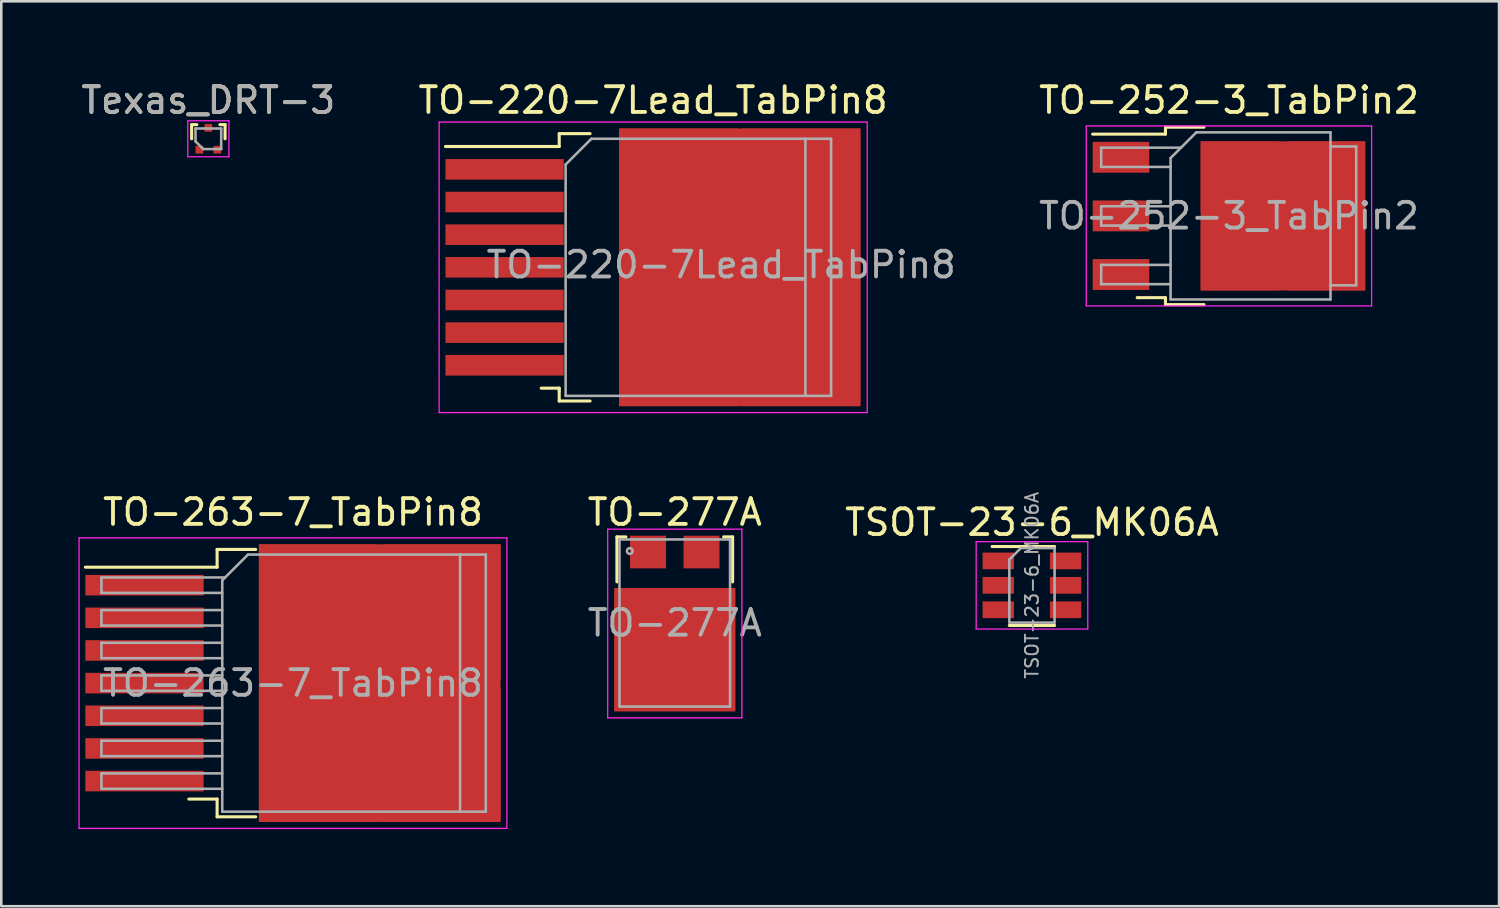
<source format=kicad_pcb>
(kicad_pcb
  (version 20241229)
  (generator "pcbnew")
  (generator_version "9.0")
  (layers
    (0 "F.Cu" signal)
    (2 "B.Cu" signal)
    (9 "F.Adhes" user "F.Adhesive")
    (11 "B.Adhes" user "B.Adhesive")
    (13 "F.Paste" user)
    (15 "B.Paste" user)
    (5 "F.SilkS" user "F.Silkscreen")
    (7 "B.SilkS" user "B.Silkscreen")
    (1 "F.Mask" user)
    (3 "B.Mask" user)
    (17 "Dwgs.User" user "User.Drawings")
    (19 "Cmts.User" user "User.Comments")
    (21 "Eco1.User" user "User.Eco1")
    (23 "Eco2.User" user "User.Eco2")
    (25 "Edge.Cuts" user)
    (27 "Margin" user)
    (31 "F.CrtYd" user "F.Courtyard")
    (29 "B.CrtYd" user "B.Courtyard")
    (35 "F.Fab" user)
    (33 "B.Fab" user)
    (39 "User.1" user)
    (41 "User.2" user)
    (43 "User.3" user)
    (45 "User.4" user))
  (footprint "TO-263-7_TabPin8"
    (layer "F.Cu")
    (at 8.345 23.521)
    (property "Reference" "TO-263-7_TabPin8" (at 0 -6.65 0) (layer "F.SilkS") (effects (font (size 1 1) (thickness 0.15))))
    (attr smd)
    (fp_line (start -2.95 -5.2) (end -2.95 -4.51) (stroke (width 0.12) (type solid)) (layer "F.SilkS"))
    (fp_line (start -2.95 -4.51) (end -8.075 -4.51) (stroke (width 0.12) (type solid)) (layer "F.SilkS"))
    (fp_line (start -2.95 4.51) (end -4.05 4.51) (stroke (width 0.12) (type solid)) (layer "F.SilkS"))
    (fp_line (start -2.95 5.2) (end -2.95 4.51) (stroke (width 0.12) (type solid)) (layer "F.SilkS"))
    (fp_line (start -1.45 -5.2) (end -2.95 -5.2) (stroke (width 0.12) (type solid)) (layer "F.SilkS"))
    (fp_line (start -1.45 5.2) (end -2.95 5.2) (stroke (width 0.12) (type solid)) (layer "F.SilkS"))
    (fp_line (start -8.32 -5.65) (end -8.32 5.65) (stroke (width 0.05) (type solid)) (layer "F.CrtYd"))
    (fp_line (start -8.32 5.65) (end 8.32 5.65) (stroke (width 0.05) (type solid)) (layer "F.CrtYd"))
    (fp_line (start 8.32 -5.65) (end -8.32 -5.65) (stroke (width 0.05) (type solid)) (layer "F.CrtYd"))
    (fp_line (start 8.32 5.65) (end 8.32 -5.65) (stroke (width 0.05) (type solid)) (layer "F.CrtYd"))
    (fp_line (start -7.45 -4.11) (end -7.45 -3.51) (stroke (width 0.1) (type solid)) (layer "F.Fab"))
    (fp_line (start -7.45 -3.51) (end -2.75 -3.51) (stroke (width 0.1) (type solid)) (layer "F.Fab"))
    (fp_line (start -7.45 -2.84) (end -7.45 -2.24) (stroke (width 0.1) (type solid)) (layer "F.Fab"))
    (fp_line (start -7.45 -2.24) (end -2.75 -2.24) (stroke (width 0.1) (type solid)) (layer "F.Fab"))
    (fp_line (start -7.45 -1.57) (end -7.45 -0.97) (stroke (width 0.1) (type solid)) (layer "F.Fab"))
    (fp_line (start -7.45 -0.97) (end -2.75 -0.97) (stroke (width 0.1) (type solid)) (layer "F.Fab"))
    (fp_line (start -7.45 -0.3) (end -7.45 0.3) (stroke (width 0.1) (type solid)) (layer "F.Fab"))
    (fp_line (start -7.45 0.3) (end -2.75 0.3) (stroke (width 0.1) (type solid)) (layer "F.Fab"))
    (fp_line (start -7.45 0.97) (end -7.45 1.57) (stroke (width 0.1) (type solid)) (layer "F.Fab"))
    (fp_line (start -7.45 1.57) (end -2.75 1.57) (stroke (width 0.1) (type solid)) (layer "F.Fab"))
    (fp_line (start -7.45 2.24) (end -7.45 2.84) (stroke (width 0.1) (type solid)) (layer "F.Fab"))
    (fp_line (start -7.45 2.84) (end -2.75 2.84) (stroke (width 0.1) (type solid)) (layer "F.Fab"))
    (fp_line (start -7.45 3.51) (end -7.45 4.11) (stroke (width 0.1) (type solid)) (layer "F.Fab"))
    (fp_line (start -7.45 4.11) (end -2.75 4.11) (stroke (width 0.1) (type solid)) (layer "F.Fab"))
    (fp_line (start -2.75 -4) (end -1.75 -5) (stroke (width 0.1) (type solid)) (layer "F.Fab"))
    (fp_line (start -2.75 -2.84) (end -7.45 -2.84) (stroke (width 0.1) (type solid)) (layer "F.Fab"))
    (fp_line (start -2.75 -1.57) (end -7.45 -1.57) (stroke (width 0.1) (type solid)) (layer "F.Fab"))
    (fp_line (start -2.75 -0.3) (end -7.45 -0.3) (stroke (width 0.1) (type solid)) (layer "F.Fab"))
    (fp_line (start -2.75 0.97) (end -7.45 0.97) (stroke (width 0.1) (type solid)) (layer "F.Fab"))
    (fp_line (start -2.75 2.24) (end -7.45 2.24) (stroke (width 0.1) (type solid)) (layer "F.Fab"))
    (fp_line (start -2.75 3.51) (end -7.45 3.51) (stroke (width 0.1) (type solid)) (layer "F.Fab"))
    (fp_line (start -2.75 5) (end -2.75 -4) (stroke (width 0.1) (type solid)) (layer "F.Fab"))
    (fp_line (start -2.64 -4.11) (end -7.45 -4.11) (stroke (width 0.1) (type solid)) (layer "F.Fab"))
    (fp_line (start -1.75 -5) (end 6.5 -5) (stroke (width 0.1) (type solid)) (layer "F.Fab"))
    (fp_line (start 6.5 -5) (end 6.5 5) (stroke (width 0.1) (type solid)) (layer "F.Fab"))
    (fp_line (start 6.5 -5) (end 7.5 -5) (stroke (width 0.1) (type solid)) (layer "F.Fab"))
    (fp_line (start 6.5 5) (end -2.75 5) (stroke (width 0.1) (type solid)) (layer "F.Fab"))
    (fp_line (start 7.5 -5) (end 7.5 5) (stroke (width 0.1) (type solid)) (layer "F.Fab"))
    (fp_line (start 7.5 5) (end 6.5 5) (stroke (width 0.1) (type solid)) (layer "F.Fab"))
    (fp_text user "${REFERENCE}" (at 0 0 0) (layer "F.Fab") (effects (font (size 1 1) (thickness 0.15))))
    (pad "1" smd rect (at -5.775 -3.81) (size 4.6 0.8) (layers "F.Cu" "F.Mask" "F.Paste"))
    (pad "2" smd rect (at -5.775 -2.54) (size 4.6 0.8) (layers "F.Cu" "F.Mask" "F.Paste"))
    (pad "3" smd rect (at -5.775 -1.27) (size 4.6 0.8) (layers "F.Cu" "F.Mask" "F.Paste"))
    (pad "4" smd rect (at -5.775 0) (size 4.6 0.8) (layers "F.Cu" "F.Mask" "F.Paste"))
    (pad "5" smd rect (at -5.775 1.27) (size 4.6 0.8) (layers "F.Cu" "F.Mask" "F.Paste"))
    (pad "6" smd rect (at -5.775 2.54) (size 4.6 0.8) (layers "F.Cu" "F.Mask" "F.Paste"))
    (pad "7" smd rect (at -5.775 3.81) (size 4.6 0.8) (layers "F.Cu" "F.Mask" "F.Paste"))
    (pad "8" smd rect (at 0.95 -2.775) (size 4.55 5.25) (layers "F.Cu" "F.Paste"))
    (pad "8" smd rect (at 0.95 2.775) (size 4.55 5.25) (layers "F.Cu" "F.Paste"))
    (pad "8" smd rect (at 3.375 0) (size 9.4 10.8) (layers "F.Cu" "F.Mask"))
    (pad "8" smd rect (at 5.8 -2.775) (size 4.55 5.25) (layers "F.Cu" "F.Paste"))
    (pad "8" smd rect (at 5.8 2.775) (size 4.55 5.25) (layers "F.Cu" "F.Paste")))
  (footprint "TSOT-23-6_MK06A"
    (layer "F.Cu")
    (at 37.089 19.717)
    (property "Reference" "TSOT-23-6_MK06A" (at 0 -2.45 0) (layer "F.SilkS") (effects (font (size 1 1) (thickness 0.15))))
    (attr smd)
    (fp_line (start -0.88 1.56) (end 0.88 1.56) (stroke (width 0.12) (type solid)) (layer "F.SilkS"))
    (fp_line (start 0.88 -1.51) (end -1.55 -1.51) (stroke (width 0.12) (type solid)) (layer "F.SilkS"))
    (fp_line (start -2.17 -1.7) (end -2.17 1.7) (stroke (width 0.05) (type solid)) (layer "F.CrtYd"))
    (fp_line (start -2.17 -1.7) (end 2.17 -1.7) (stroke (width 0.05) (type solid)) (layer "F.CrtYd"))
    (fp_line (start 2.17 1.7) (end -2.17 1.7) (stroke (width 0.05) (type solid)) (layer "F.CrtYd"))
    (fp_line (start 2.17 1.7) (end 2.17 -1.7) (stroke (width 0.05) (type solid)) (layer "F.CrtYd"))
    (fp_line (start -0.88 -1) (end -0.88 1.45) (stroke (width 0.1) (type solid)) (layer "F.Fab"))
    (fp_line (start -0.88 -1) (end -0.43 -1.45) (stroke (width 0.1) (type solid)) (layer "F.Fab"))
    (fp_line (start 0.88 -1.45) (end -0.43 -1.45) (stroke (width 0.1) (type solid)) (layer "F.Fab"))
    (fp_line (start 0.88 -1.45) (end 0.88 1.45) (stroke (width 0.1) (type solid)) (layer "F.Fab"))
    (fp_line (start 0.88 1.45) (end -0.88 1.45) (stroke (width 0.1) (type solid)) (layer "F.Fab"))
    (fp_text user "${REFERENCE}" (at 0 0 90) (layer "F.Fab") (effects (font (size 0.5 0.5) (thickness 0.075))))
    (pad "1" smd rect (at -1.31 -0.95) (size 1.22 0.65) (layers "F.Cu" "F.Mask" "F.Paste"))
    (pad "2" smd rect (at -1.31 0) (size 1.22 0.65) (layers "F.Cu" "F.Mask" "F.Paste"))
    (pad "3" smd rect (at -1.31 0.95) (size 1.22 0.65) (layers "F.Cu" "F.Mask" "F.Paste"))
    (pad "4" smd rect (at 1.31 0.95) (size 1.22 0.65) (layers "F.Cu" "F.Mask" "F.Paste"))
    (pad "5" smd rect (at 1.31 0) (size 1.22 0.65) (layers "F.Cu" "F.Mask" "F.Paste"))
    (pad "6" smd rect (at 1.31 -0.95) (size 1.22 0.65) (layers "F.Cu" "F.Mask" "F.Paste")))
  (footprint "TO-252-3_TabPin2"
    (layer "F.Cu")
    (at 44.751 5.348)
    (property "Reference" "TO-252-3_TabPin2" (at 0 -4.5 0) (layer "F.SilkS") (effects (font (size 1 1) (thickness 0.15))))
    (attr smd)
    (fp_line (start -2.47 -3.45) (end -2.47 -3.18) (stroke (width 0.12) (type solid)) (layer "F.SilkS"))
    (fp_line (start -2.47 -3.18) (end -5.3 -3.18) (stroke (width 0.12) (type solid)) (layer "F.SilkS"))
    (fp_line (start -2.47 3.18) (end -3.57 3.18) (stroke (width 0.12) (type solid)) (layer "F.SilkS"))
    (fp_line (start -2.47 3.45) (end -2.47 3.18) (stroke (width 0.12) (type solid)) (layer "F.SilkS"))
    (fp_line (start -0.97 -3.45) (end -2.47 -3.45) (stroke (width 0.12) (type solid)) (layer "F.SilkS"))
    (fp_line (start -0.97 3.45) (end -2.47 3.45) (stroke (width 0.12) (type solid)) (layer "F.SilkS"))
    (fp_line (start -5.55 -3.5) (end -5.55 3.5) (stroke (width 0.05) (type solid)) (layer "F.CrtYd"))
    (fp_line (start -5.55 3.5) (end 5.55 3.5) (stroke (width 0.05) (type solid)) (layer "F.CrtYd"))
    (fp_line (start 5.55 -3.5) (end -5.55 -3.5) (stroke (width 0.05) (type solid)) (layer "F.CrtYd"))
    (fp_line (start 5.55 3.5) (end 5.55 -3.5) (stroke (width 0.05) (type solid)) (layer "F.CrtYd"))
    (fp_line (start -4.97 -2.655) (end -4.97 -1.905) (stroke (width 0.1) (type solid)) (layer "F.Fab"))
    (fp_line (start -4.97 -1.905) (end -2.27 -1.905) (stroke (width 0.1) (type solid)) (layer "F.Fab"))
    (fp_line (start -4.97 -0.375) (end -4.97 0.375) (stroke (width 0.1) (type solid)) (layer "F.Fab"))
    (fp_line (start -4.97 0.375) (end -2.27 0.375) (stroke (width 0.1) (type solid)) (layer "F.Fab"))
    (fp_line (start -4.97 1.905) (end -4.97 2.655) (stroke (width 0.1) (type solid)) (layer "F.Fab"))
    (fp_line (start -4.97 2.655) (end -2.27 2.655) (stroke (width 0.1) (type solid)) (layer "F.Fab"))
    (fp_line (start -2.27 -2.25) (end -1.27 -3.25) (stroke (width 0.1) (type solid)) (layer "F.Fab"))
    (fp_line (start -2.27 -0.375) (end -4.97 -0.375) (stroke (width 0.1) (type solid)) (layer "F.Fab"))
    (fp_line (start -2.27 1.905) (end -4.97 1.905) (stroke (width 0.1) (type solid)) (layer "F.Fab"))
    (fp_line (start -2.27 3.25) (end -2.27 -2.25) (stroke (width 0.1) (type solid)) (layer "F.Fab"))
    (fp_line (start -1.865 -2.655) (end -4.97 -2.655) (stroke (width 0.1) (type solid)) (layer "F.Fab"))
    (fp_line (start -1.27 -3.25) (end 3.95 -3.25) (stroke (width 0.1) (type solid)) (layer "F.Fab"))
    (fp_line (start 3.95 -3.25) (end 3.95 3.25) (stroke (width 0.1) (type solid)) (layer "F.Fab"))
    (fp_line (start 3.95 -2.7) (end 4.95 -2.7) (stroke (width 0.1) (type solid)) (layer "F.Fab"))
    (fp_line (start 3.95 3.25) (end -2.27 3.25) (stroke (width 0.1) (type solid)) (layer "F.Fab"))
    (fp_line (start 4.95 -2.7) (end 4.95 2.7) (stroke (width 0.1) (type solid)) (layer "F.Fab"))
    (fp_line (start 4.95 2.7) (end 3.95 2.7) (stroke (width 0.1) (type solid)) (layer "F.Fab"))
    (fp_text user "${REFERENCE}" (at 0 0 0) (layer "F.Fab") (effects (font (size 1 1) (thickness 0.15))))
    (pad "1" smd rect (at -4.2 -2.28) (size 2.2 1.2) (layers "F.Cu" "F.Mask" "F.Paste"))
    (pad "2" smd rect (at -4.2 0) (size 2.2 1.2) (layers "F.Cu" "F.Mask" "F.Paste"))
    (pad "2" smd rect (at 0.425 -1.525) (size 3.05 2.75) (layers "F.Cu" "F.Paste"))
    (pad "2" smd rect (at 0.425 1.525) (size 3.05 2.75) (layers "F.Cu" "F.Paste"))
    (pad "2" smd rect (at 2.1 0) (size 6.4 5.8) (layers "F.Cu" "F.Mask"))
    (pad "2" smd rect (at 3.775 -1.525) (size 3.05 2.75) (layers "F.Cu" "F.Paste"))
    (pad "2" smd rect (at 3.775 1.525) (size 3.05 2.75) (layers "F.Cu" "F.Paste"))
    (pad "3" smd rect (at -4.2 2.28) (size 2.2 1.2) (layers "F.Cu" "F.Mask" "F.Paste")))
  (footprint "TO-277A"
    (layer "F.Cu")
    (at 23.196 20.322)
    (property "Reference" "TO-277A" (at 0 -3.45 180) (layer "F.SilkS") (effects (font (size 1 1) (thickness 0.15))))
    (attr smd)
    (fp_line (start -2.25 -2.49) (end -2.25 -0.74) (stroke (width 0.12) (type solid)) (layer "F.SilkS"))
    (fp_line (start -1.9 -2.49) (end -2.25 -2.49) (stroke (width 0.12) (type solid)) (layer "F.SilkS"))
    (fp_line (start 2.25 -2.49) (end 1.9 -2.49) (stroke (width 0.12) (type solid)) (layer "F.SilkS"))
    (fp_line (start 2.25 -0.74) (end 2.25 -2.49) (stroke (width 0.12) (type solid)) (layer "F.SilkS"))
    (fp_line (start -2.61 -2.79) (end -2.61 4.55) (stroke (width 0.05) (type solid)) (layer "F.CrtYd"))
    (fp_line (start -2.61 -2.79) (end 2.61 -2.79) (stroke (width 0.05) (type solid)) (layer "F.CrtYd"))
    (fp_line (start 2.61 4.55) (end -2.61 4.55) (stroke (width 0.05) (type solid)) (layer "F.CrtYd"))
    (fp_line (start 2.61 4.55) (end 2.61 -2.79) (stroke (width 0.05) (type solid)) (layer "F.CrtYd"))
    (fp_line (start -2.15 -2.39) (end -2.15 4.11) (stroke (width 0.1) (type solid)) (layer "F.Fab"))
    (fp_line (start -2.15 4.11) (end 2.15 4.11) (stroke (width 0.1) (type solid)) (layer "F.Fab"))
    (fp_line (start 2.15 -2.39) (end -2.15 -2.39) (stroke (width 0.1) (type solid)) (layer "F.Fab"))
    (fp_line (start 2.15 4.11) (end 2.15 -2.39) (stroke (width 0.1) (type solid)) (layer "F.Fab"))
    (fp_circle (center -1.75 -1.94) (end -1.85 -1.99) (stroke (width 0.1) (type solid)) (fill no) (layer "F.Fab"))
    (fp_text user "${REFERENCE}" (at 0 0.86 0) (layer "F.Fab") (effects (font (size 1 1) (thickness 0.15))))
    (pad "1" smd rect (at -1.04 -1.9 180) (size 1.4 1.27) (layers "F.Cu" "F.Mask" "F.Paste"))
    (pad "2" smd rect (at 1.04 -1.9 180) (size 1.4 1.27) (layers "F.Cu" "F.Mask" "F.Paste"))
    (pad "3" smd rect (at 0 1.9 180) (size 4.72 4.8) (layers "F.Cu" "F.Mask" "F.Paste")))
  (footprint "TO-220-7Lead_TabPin8"
    (layer "F.Cu")
    (at 22.351 7.348)
    (property "Reference" "TO-220-7Lead_TabPin8" (at 0 -6.5 0) (layer "F.SilkS") (effects (font (size 1 1) (thickness 0.15))))
    (attr smd)
    (fp_line (start -8.075 -4.7) (end -3.65 -4.7) (stroke (width 0.12) (type solid)) (layer "F.SilkS"))
    (fp_line (start -4.35 4.7) (end -3.65 4.7) (stroke (width 0.12) (type solid)) (layer "F.SilkS"))
    (fp_line (start -3.65 -5.2) (end -2.45 -5.2) (stroke (width 0.12) (type solid)) (layer "F.SilkS"))
    (fp_line (start -3.65 -4.7) (end -3.65 -5.2) (stroke (width 0.12) (type solid)) (layer "F.SilkS"))
    (fp_line (start -3.65 4.7) (end -3.65 4.8) (stroke (width 0.12) (type solid)) (layer "F.SilkS"))
    (fp_line (start -3.65 5.2) (end -3.65 4.8) (stroke (width 0.12) (type solid)) (layer "F.SilkS"))
    (fp_line (start -2.45 5.2) (end -3.65 5.2) (stroke (width 0.12) (type solid)) (layer "F.SilkS"))
    (fp_line (start -8.32 -5.65) (end -8.32 5.65) (stroke (width 0.05) (type solid)) (layer "F.CrtYd"))
    (fp_line (start -8.32 -5.65) (end 8.33 -5.65) (stroke (width 0.05) (type solid)) (layer "F.CrtYd"))
    (fp_line (start 8.33 5.65) (end -8.32 5.65) (stroke (width 0.05) (type solid)) (layer "F.CrtYd"))
    (fp_line (start 8.33 5.65) (end 8.33 -5.65) (stroke (width 0.05) (type solid)) (layer "F.CrtYd"))
    (fp_line (start -3.4 -4) (end -3.4 5) (stroke (width 0.1) (type solid)) (layer "F.Fab"))
    (fp_line (start -3.4 -4) (end -2.4 -5) (stroke (width 0.1) (type solid)) (layer "F.Fab"))
    (fp_line (start -3.4 5) (end 5.85 5) (stroke (width 0.1) (type solid)) (layer "F.Fab"))
    (fp_line (start -2.4 -5) (end 5.925 -5) (stroke (width 0.1) (type solid)) (layer "F.Fab"))
    (fp_line (start 5.925 -5) (end 5.925 5) (stroke (width 0.1) (type solid)) (layer "F.Fab"))
    (fp_line (start 5.925 -5) (end 6.925 -5) (stroke (width 0.1) (type solid)) (layer "F.Fab"))
    (fp_line (start 5.925 5) (end 6.925 5) (stroke (width 0.1) (type solid)) (layer "F.Fab"))
    (fp_line (start 6.925 -5) (end 6.925 5) (stroke (width 0.1) (type solid)) (layer "F.Fab"))
    (fp_text user "${REFERENCE}" (at 2.65 -0.1 0) (layer "F.Fab") (effects (font (size 1 1) (thickness 0.15))))
    (pad "1" smd rect (at -5.775 -3.81) (size 4.6 0.8) (layers "F.Cu" "F.Mask" "F.Paste"))
    (pad "2" smd rect (at -5.775 -2.54) (size 4.6 0.8) (layers "F.Cu" "F.Mask" "F.Paste"))
    (pad "3" smd rect (at -5.775 -1.27) (size 4.6 0.8) (layers "F.Cu" "F.Mask" "F.Paste"))
    (pad "4" smd rect (at -5.775 0) (size 4.6 0.8) (layers "F.Cu" "F.Mask" "F.Paste"))
    (pad "5" smd rect (at -5.775 1.27) (size 4.6 0.8) (layers "F.Cu" "F.Mask" "F.Paste"))
    (pad "6" smd rect (at -5.775 2.54) (size 4.6 0.8) (layers "F.Cu" "F.Mask" "F.Paste"))
    (pad "7" smd rect (at -5.775 3.81) (size 4.6 0.8) (layers "F.Cu" "F.Mask" "F.Paste"))
    (pad "8" smd rect (at 1 -2.75) (size 4.6 5.3) (layers "F.Cu" "F.Paste"))
    (pad "8" smd rect (at 1 2.75) (size 4.6 5.3) (layers "F.Cu" "F.Paste"))
    (pad "8" smd rect (at 3.375 0) (size 9.4 10.8) (layers "F.Cu" "F.Mask"))
    (pad "8" smd rect (at 5.75 -2.75) (size 4.6 5.3) (layers "F.Cu" "F.Paste"))
    (pad "8" smd rect (at 5.75 2.75) (size 4.6 5.3) (layers "F.Cu" "F.Paste")))
  (footprint "Texas_DRT-3"
    (layer "F.Cu")
    (at 5.054 2.348)
    (property "Reference" "Texas_DRT-3" (at 0 -1.5 0) (layer "F.SilkS") (effects (font (size 1 1) (thickness 0.15))))
    (attr smd)
    (fp_line (start -0.65 -0.55) (end -0.45 -0.55) (stroke (width 0.12) (type solid)) (layer "F.SilkS"))
    (fp_line (start -0.65 0) (end -0.65 -0.55) (stroke (width 0.12) (type solid)) (layer "F.SilkS"))
    (fp_line (start 0.65 -0.55) (end 0.45 -0.55) (stroke (width 0.12) (type solid)) (layer "F.SilkS"))
    (fp_line (start 0.65 0) (end 0.65 -0.55) (stroke (width 0.12) (type solid)) (layer "F.SilkS"))
    (fp_line (start -0.8 -0.7) (end 0.8 -0.7) (stroke (width 0.05) (type solid)) (layer "F.CrtYd"))
    (fp_line (start -0.8 0.7) (end -0.8 -0.7) (stroke (width 0.05) (type solid)) (layer "F.CrtYd"))
    (fp_line (start 0.8 -0.7) (end 0.8 0.7) (stroke (width 0.05) (type solid)) (layer "F.CrtYd"))
    (fp_line (start 0.8 0.7) (end -0.8 0.7) (stroke (width 0.05) (type solid)) (layer "F.CrtYd"))
    (fp_line (start -0.5 -0.4) (end 0.5 -0.4) (stroke (width 0.1) (type solid)) (layer "F.Fab"))
    (fp_line (start -0.5 0.1) (end -0.5 -0.4) (stroke (width 0.1) (type solid)) (layer "F.Fab"))
    (fp_line (start -0.5 0.1) (end -0.2 0.4) (stroke (width 0.1) (type solid)) (layer "F.Fab"))
    (fp_line (start 0.5 -0.4) (end 0.5 0.4) (stroke (width 0.1) (type solid)) (layer "F.Fab"))
    (fp_line (start 0.5 0.4) (end -0.2 0.4) (stroke (width 0.1) (type solid)) (layer "F.Fab"))
    (fp_text user "${REFERENCE}" (at 0 -1.5 0) (layer "F.Fab") (effects (font (size 1 1) (thickness 0.15))))
    (pad "1" smd rect (at -0.35 0.425) (size 0.3 0.3) (layers "F.Cu" "F.Mask" "F.Paste"))
    (pad "2" smd rect (at 0.35 0.425) (size 0.3 0.3) (layers "F.Cu" "F.Mask" "F.Paste"))
    (pad "3" smd rect (at 0 -0.425) (size 0.3 0.3) (layers "F.Cu" "F.Mask" "F.Paste")))
  (gr_rect
    (start -3 -3)
    (end 55.257 32.197)
    (stroke (width 0.1) (type default))
    (fill no)
    (layer "Edge.Cuts")))
</source>
